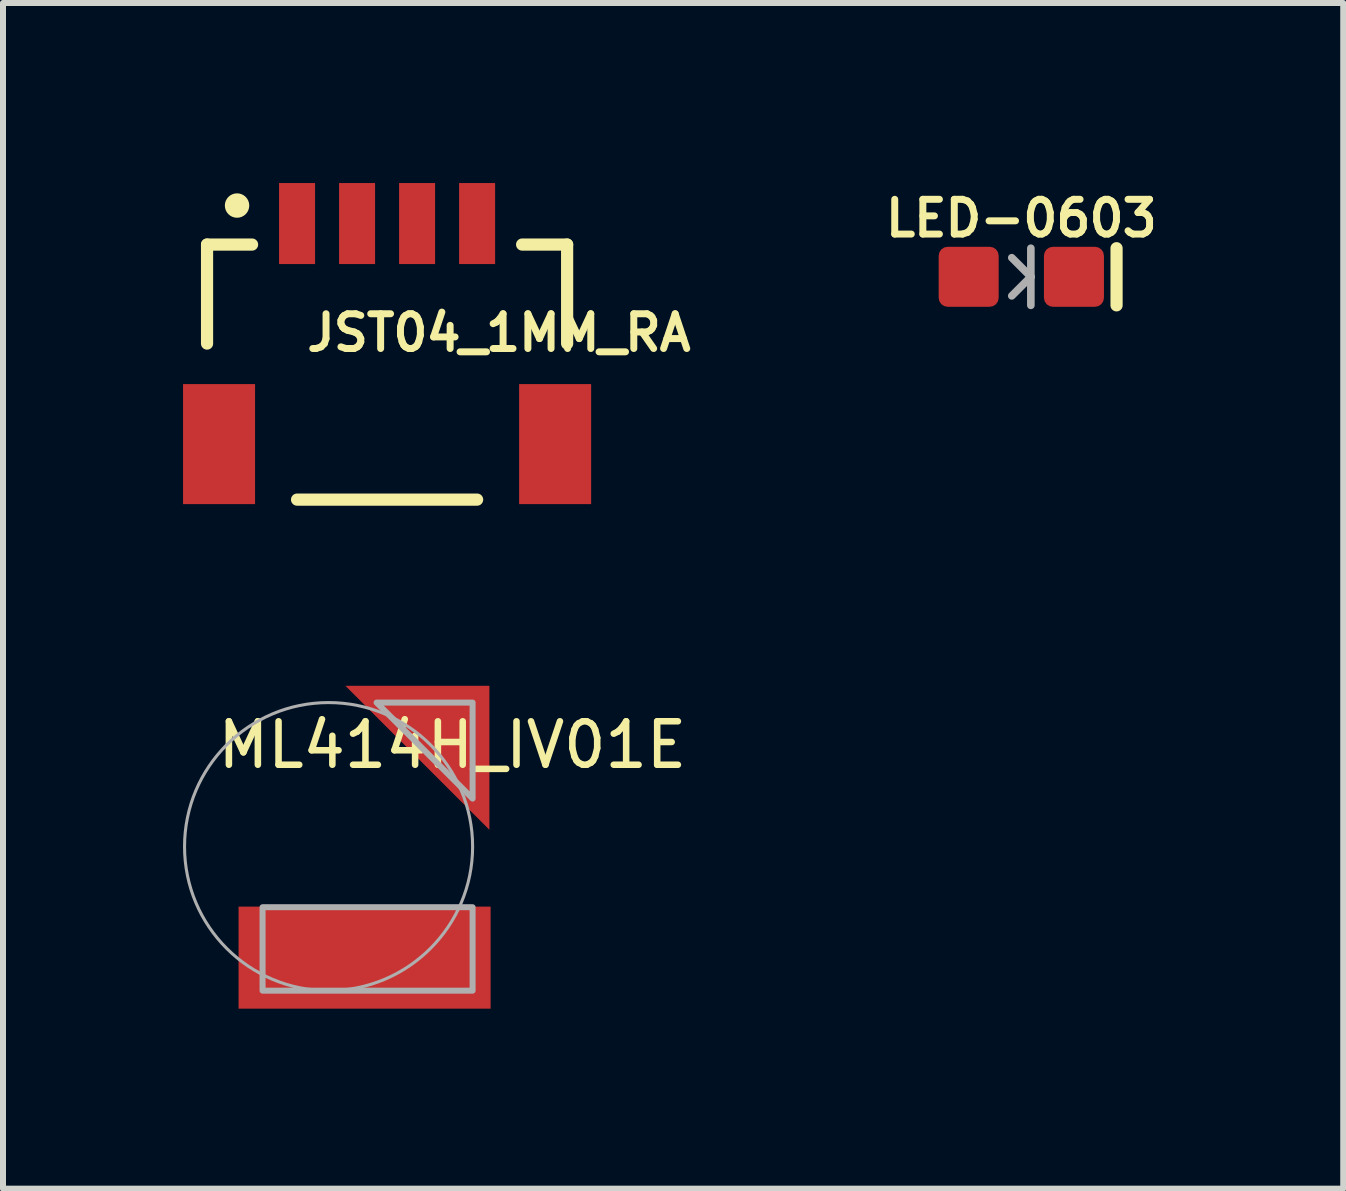
<source format=kicad_pcb>
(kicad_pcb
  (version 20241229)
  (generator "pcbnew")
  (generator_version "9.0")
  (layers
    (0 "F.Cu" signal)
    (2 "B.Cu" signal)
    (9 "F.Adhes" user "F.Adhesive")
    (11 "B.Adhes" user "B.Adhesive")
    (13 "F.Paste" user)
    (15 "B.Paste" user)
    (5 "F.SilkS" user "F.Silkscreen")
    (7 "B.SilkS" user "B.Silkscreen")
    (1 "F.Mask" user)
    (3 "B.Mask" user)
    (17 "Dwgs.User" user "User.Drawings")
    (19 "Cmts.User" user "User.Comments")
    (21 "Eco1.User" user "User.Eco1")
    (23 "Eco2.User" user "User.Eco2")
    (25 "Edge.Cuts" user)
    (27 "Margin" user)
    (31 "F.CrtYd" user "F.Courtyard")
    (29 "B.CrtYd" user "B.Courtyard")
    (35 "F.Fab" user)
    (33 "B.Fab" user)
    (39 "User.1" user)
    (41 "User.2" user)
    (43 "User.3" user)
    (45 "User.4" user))
  (footprint "ML414H_IV01E"
    (layer "F.Cu")
    (at 2.425 11.057)
    (property "Reference" "ML414H_IV01E" (at -1.905 -1.27 180) (layer "F.SilkS") (effects (font (size 0.724 0.724) (thickness 0.109)) (justify left bottom)))
    (attr through_hole)
    (fp_poly (pts (xy 0.28 -2.68) (xy 2.68 -2.68) (xy 2.68 -0.28)) (stroke (width 0) (type solid)) (fill yes) (layer "F.Cu"))
    (fp_poly (pts (xy 0.28 -2.68) (xy 2.68 -2.68) (xy 2.68 -0.28)) (stroke (width 0) (type solid)) (fill yes) (layer "F.Mask"))
    (fp_poly (pts (xy -1.5 2.7) (xy 2.7 2.7) (xy 2.7 1) (xy -1.5 1)) (stroke (width 0) (type solid)) (fill yes) (layer "F.Mask"))
    (fp_poly (pts (xy 0.28 -2.68) (xy 2.68 -2.68) (xy 2.68 -0.28)) (stroke (width 0) (type solid)) (fill yes) (layer "F.Paste"))
    (fp_poly (pts (xy -1.5 2.7) (xy 2.7 2.7) (xy 2.7 1) (xy -1.5 1)) (stroke (width 0) (type solid)) (fill yes) (layer "F.Paste"))
    (fp_circle (center 0 0) (end 2.4 0) (stroke (width 0.051) (type solid)) (fill no) (layer "F.Fab"))
    (fp_poly (pts (xy 0.8 -2.4) (xy 2.4 -2.4) (xy 2.4 -0.8)) (stroke (width 0.1) (type solid)) (fill no) (layer "F.Fab"))
    (fp_poly (pts (xy -1.1 2.4) (xy 2.4 2.4) (xy 2.4 1.01) (xy -1.1 1.01)) (stroke (width 0.1) (type solid)) (fill no) (layer "F.Fab"))
    (pad "+" smd rect (at 2.022 -2.032) (size 1 1) (layers "F.Cu" "F.Mask"))
    (pad "-" smd rect (at 0.6 1.85) (size 4.2 1.7) (layers "F.Cu" "F.Mask")))
  (footprint "LED-0603"
    (layer "F.Cu")
    (at 13.968 1.562)
    (property "Reference" "LED-0603" (at 0 -0.635 180) (layer "F.SilkS") (effects (font (size 0.579 0.579) (thickness 0.116)) (justify bottom)))
    (attr through_hole)
    (fp_line (start 1.587 -0.476) (end 1.587 0.476) (stroke (width 0.203) (type solid)) (layer "F.SilkS"))
    (fp_line (start 0.159 -0.476) (end 0.159 0) (stroke (width 0.127) (type solid)) (layer "F.Fab"))
    (fp_line (start 0.159 0) (end -0.159 -0.318) (stroke (width 0.127) (type solid)) (layer "F.Fab"))
    (fp_line (start 0.159 0) (end -0.159 0.318) (stroke (width 0.127) (type solid)) (layer "F.Fab"))
    (fp_line (start 0.159 0) (end 0.159 0.476) (stroke (width 0.127) (type solid)) (layer "F.Fab"))
    (pad "A" smd roundrect (at -0.877 0 270) (size 1 1) (layers "F.Cu" "F.Mask" "F.Paste") (roundrect_rratio 0.15))
    (pad "C" smd roundrect (at 0.877 0 270) (size 1 1) (layers "F.Cu" "F.Mask" "F.Paste") (roundrect_rratio 0.15)))
  (footprint "JST04_1MM_RA"
    (layer "F.Cu")
    (at 3.4 0.675)
    (property "Reference" "JST04_1MM_RA" (at -1.397 2.159 0) (layer "F.SilkS") (effects (font (size 0.579 0.579) (thickness 0.116)) (justify left bottom)))
    (attr through_hole)
    (fp_line (start -3 0.35) (end -2.25 0.35) (stroke (width 0.203) (type solid)) (layer "F.SilkS"))
    (fp_line (start -3 2) (end -3 0.35) (stroke (width 0.203) (type solid)) (layer "F.SilkS"))
    (fp_line (start -1.5 4.6) (end 1.5 4.6) (stroke (width 0.203) (type solid)) (layer "F.SilkS"))
    (fp_line (start 2.25 0.35) (end 3 0.35) (stroke (width 0.203) (type solid)) (layer "F.SilkS"))
    (fp_line (start 3 0.35) (end 3 2) (stroke (width 0.203) (type solid)) (layer "F.SilkS"))
    (fp_circle (center -2.5 -0.3) (end -2.398 -0.3) (stroke (width 0.203) (type solid)) (fill no) (layer "F.SilkS"))
    (pad "1" smd rect (at -1.5 0) (size 0.6 1.35) (layers "F.Cu" "F.Mask" "F.Paste"))
    (pad "2" smd rect (at -0.5 0) (size 0.6 1.35) (layers "F.Cu" "F.Mask" "F.Paste"))
    (pad "3" smd rect (at 0.5 0) (size 0.6 1.35) (layers "F.Cu" "F.Mask" "F.Paste"))
    (pad "4" smd rect (at 1.5 0) (size 0.6 1.35) (layers "F.Cu" "F.Mask" "F.Paste"))
    (pad "NC1" smd rect (at 2.8 3.675) (size 1.2 2) (layers "F.Cu" "F.Mask" "F.Paste"))
    (pad "NC2" smd rect (at -2.8 3.675) (size 1.2 2) (layers "F.Cu" "F.Mask" "F.Paste")))
  (gr_rect
    (start -3 -3)
    (end 19.332 16.757)
    (stroke (width 0.1) (type default))
    (fill no)
    (layer "Edge.Cuts")))
</source>
